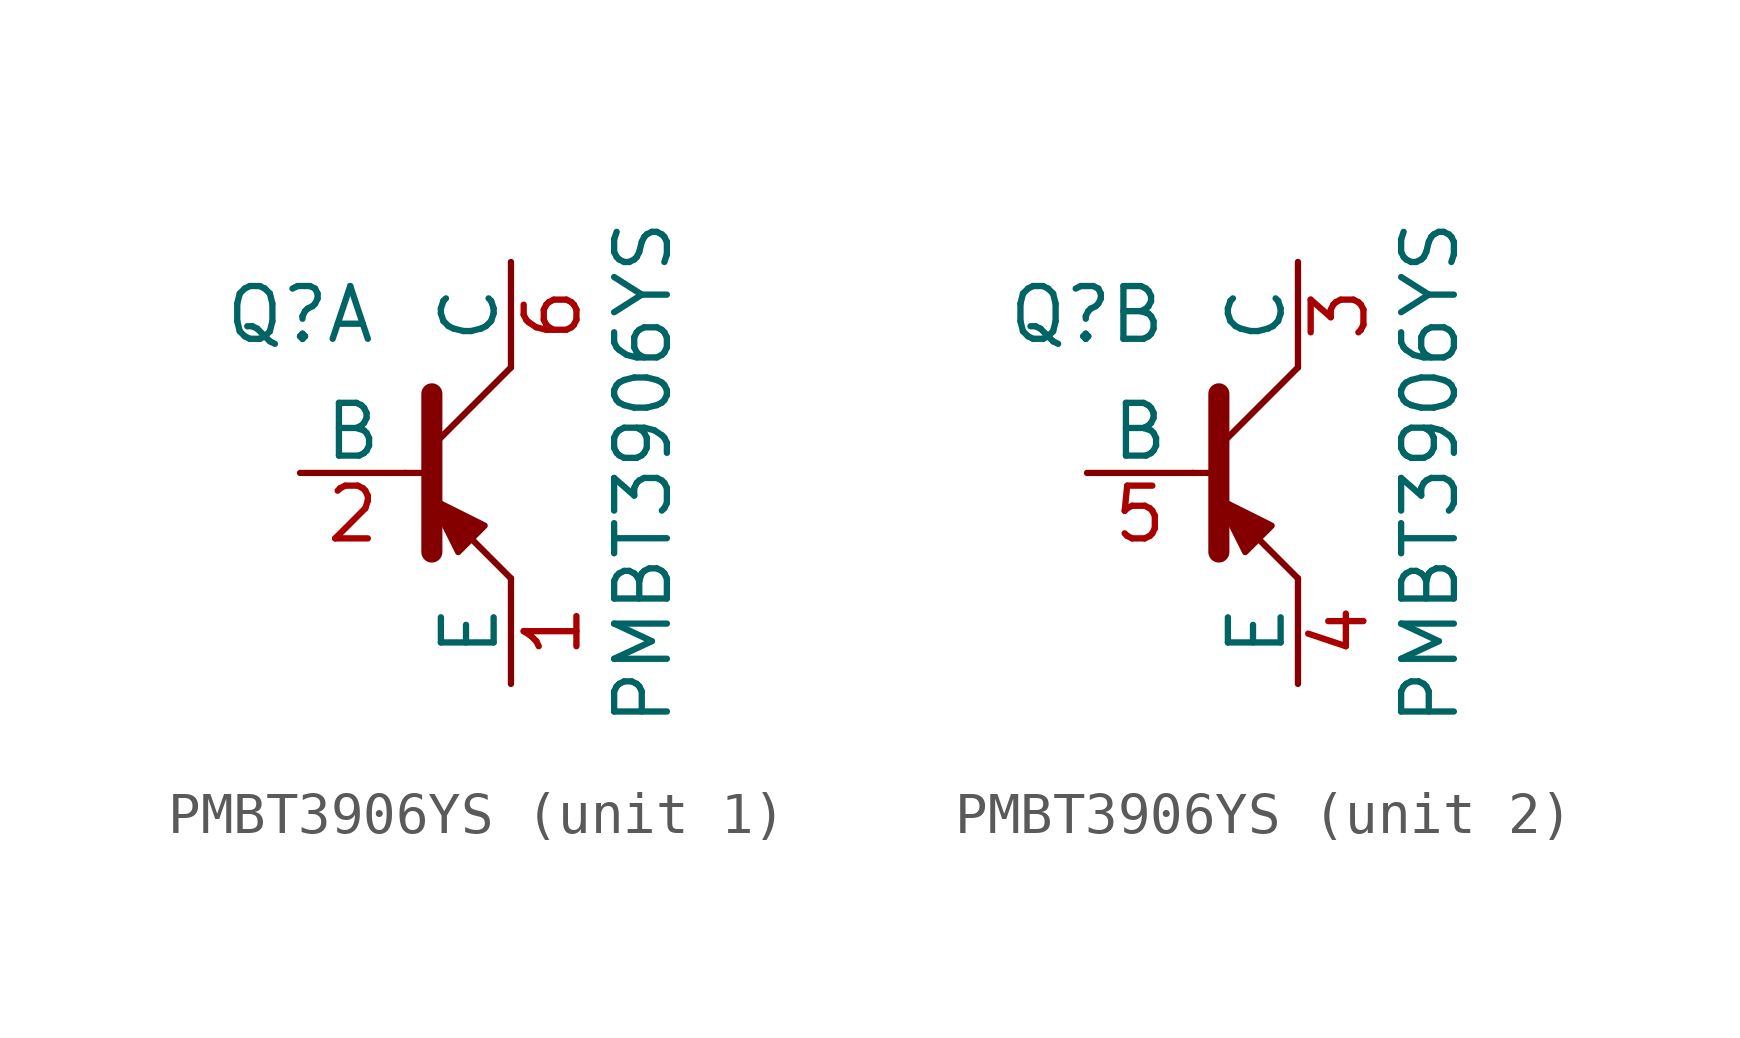
<source format=kicad_sym>
(kicad_symbol_lib
  (version 20241209)
  (generator "kicad_symbol_editor")
  (generator_version "9.0")
  (symbol "PMBT3906YS"
    (pin_names
      (offset 0))
    (property "Reference" "Q"
      (at -3.81 3.81 0)
      (effects (font (size 1.27 1.27))))
    (property "Value" "PMBT3906YS"
      (at 4.445 0 90)
      (effects (font (size 1.27 1.27))))
    (symbol "PMBT3906YS_0_1"
      (polyline (pts (xy -1.27 0) (xy -0.635 0)) (stroke (width 0) (type solid)) (fill (type none)))
      (polyline (pts (xy -0.635 1.905) (xy -0.635 -1.905)) (stroke (width 0.508) (type solid)) (fill (type none)))
      (polyline (pts (xy -0.635 0.635) (xy 1.27 2.54)) (stroke (width 0) (type solid)) (fill (type none)))
      (polyline (pts (xy 0.635 -1.27) (xy 0 -1.905) (xy -0.635 -0.635) (xy 0.635 -1.27)) (stroke (width 0) (type solid)) (fill (type outline)))
      (polyline (pts (xy 1.27 -2.54) (xy -0.635 -0.635)) (stroke (width 0) (type solid)) (fill (type none))))
    (symbol "PMBT3906YS_1_1"
      (pin input line (at -3.81 0 0) (length 2.54) (name "B" (effects (font (size 1.27 1.27)))) (number "2" (effects (font (size 1.27 1.27)))))
      (pin passive line (at 1.27 5.08 270) (length 2.54) (name "C" (effects (font (size 1.27 1.27)))) (number "6" (effects (font (size 1.27 1.27)))))
      (pin passive line (at 1.27 -5.08 90) (length 2.54) (name "E" (effects (font (size 1.27 1.27)))) (number "1" (effects (font (size 1.27 1.27))))))
    (symbol "PMBT3906YS_2_1"
      (pin input line (at -3.81 0 0) (length 2.54) (name "B" (effects (font (size 1.27 1.27)))) (number "5" (effects (font (size 1.27 1.27)))))
      (pin passive line (at 1.27 5.08 270) (length 2.54) (name "C" (effects (font (size 1.27 1.27)))) (number "3" (effects (font (size 1.27 1.27)))))
      (pin passive line (at 1.27 -5.08 90) (length 2.54) (name "E" (effects (font (size 1.27 1.27)))) (number "4" (effects (font (size 1.27 1.27))))))))
</source>
